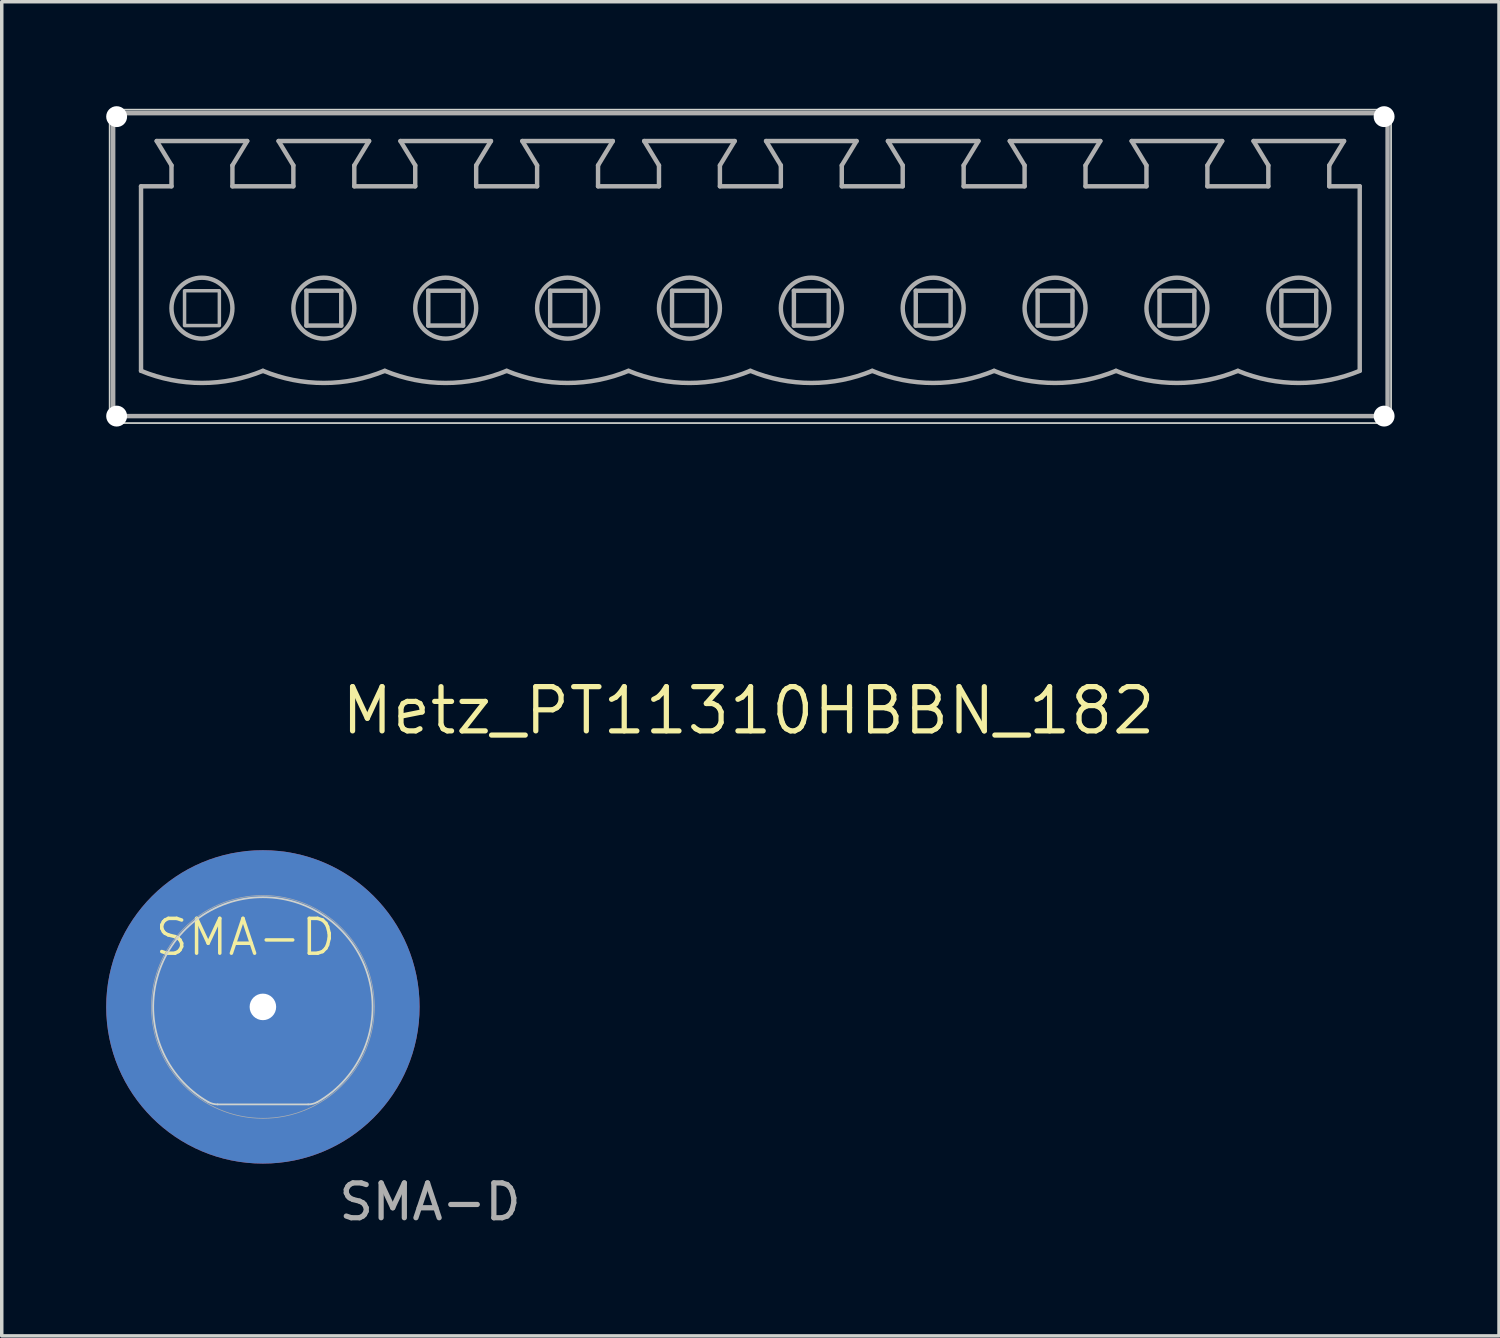
<source format=kicad_pcb>
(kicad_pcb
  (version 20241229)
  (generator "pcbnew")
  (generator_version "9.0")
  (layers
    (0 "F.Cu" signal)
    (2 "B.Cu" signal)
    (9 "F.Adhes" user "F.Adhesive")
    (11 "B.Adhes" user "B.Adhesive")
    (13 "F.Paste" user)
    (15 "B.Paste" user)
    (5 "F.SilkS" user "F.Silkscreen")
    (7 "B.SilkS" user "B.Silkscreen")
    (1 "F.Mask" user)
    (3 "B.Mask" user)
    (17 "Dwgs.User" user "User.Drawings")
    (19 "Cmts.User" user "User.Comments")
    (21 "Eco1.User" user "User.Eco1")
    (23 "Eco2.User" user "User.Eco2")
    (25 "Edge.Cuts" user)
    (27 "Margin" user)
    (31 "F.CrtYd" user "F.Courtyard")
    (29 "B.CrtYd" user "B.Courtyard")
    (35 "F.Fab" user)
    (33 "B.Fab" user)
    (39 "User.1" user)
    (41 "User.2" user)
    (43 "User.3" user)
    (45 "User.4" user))
  (footprint "Metz_PT11310HBBN_182"
    (layer "F.Cu")
    (at 18.5 16)
    (property "Reference" "Metz_PT11310HBBN_182" (at -0.055 1.36 0) (layer "F.SilkS") (effects (font (size 1.27 1.27) (thickness 0.15))))
    (attr through_hole)
    (fp_line (start -18.4 -15.7) (end -18.4 -7.2) (stroke (width 0.05) (type solid)) (layer "Edge.Cuts"))
    (fp_line (start -18.2 -6.9) (end 18.2 -6.9) (stroke (width 0.05) (type solid)) (layer "Edge.Cuts"))
    (fp_line (start 18.2 -15.9) (end -18.2 -15.9) (stroke (width 0.05) (type solid)) (layer "Edge.Cuts"))
    (fp_line (start 18.4 -7.2) (end 18.4 -15.7) (stroke (width 0.05) (type solid)) (layer "Edge.Cuts"))
    (fp_arc (start -18.4 -15.7) (mid -18.341421 -15.841421) (end -18.2 -15.9) (stroke (width 0.05) (type solid)) (layer "Edge.Cuts"))
    (fp_arc (start -18.2 -6.9) (mid -18.362132 -7.008579) (end -18.4 -7.2) (stroke (width 0.05) (type solid)) (layer "Edge.Cuts"))
    (fp_arc (start 18.2 -15.9) (mid 18.341421 -15.841421) (end 18.4 -15.7) (stroke (width 0.05) (type solid)) (layer "Edge.Cuts"))
    (fp_arc (start 18.399999 -7.199999) (mid 18.341906 -7.022062) (end 18.2 -6.9) (stroke (width 0.05) (type solid)) (layer "Edge.Cuts"))
    (fp_line (start -18.3 -15.8) (end -18.3 -7.1) (stroke (width 0.127) (type solid)) (layer "F.Fab"))
    (fp_line (start -18.3 -15.8) (end 18.3 -15.8) (stroke (width 0.127) (type solid)) (layer "F.Fab"))
    (fp_line (start -18.3 -7.1) (end 18.3 -7.1) (stroke (width 0.127) (type solid)) (layer "F.Fab"))
    (fp_line (start -17.5 -13.7) (end -17.5 -8.4) (stroke (width 0.127) (type solid)) (layer "F.Fab"))
    (fp_line (start -17.5 -13.7) (end -16.625 -13.7) (stroke (width 0.127) (type solid)) (layer "F.Fab"))
    (fp_line (start -17.05 -15) (end -14.45 -15) (stroke (width 0.127) (type solid)) (layer "F.Fab"))
    (fp_line (start -16.625 -14.3) (end -17.05 -15) (stroke (width 0.127) (type solid)) (layer "F.Fab"))
    (fp_line (start -16.625 -13.7) (end -16.625 -14.3) (stroke (width 0.127) (type solid)) (layer "F.Fab"))
    (fp_line (start -14.875 -14.3) (end -14.45 -15) (stroke (width 0.127) (type solid)) (layer "F.Fab"))
    (fp_line (start -14.875 -13.7) (end -14.875 -14.3) (stroke (width 0.127) (type solid)) (layer "F.Fab"))
    (fp_line (start -14.875 -13.7) (end -13.125 -13.7) (stroke (width 0.127) (type solid)) (layer "F.Fab"))
    (fp_line (start -13.55 -15) (end -10.95 -15) (stroke (width 0.127) (type solid)) (layer "F.Fab"))
    (fp_line (start -13.125 -14.3) (end -13.55 -15) (stroke (width 0.127) (type solid)) (layer "F.Fab"))
    (fp_line (start -13.125 -13.7) (end -13.125 -14.3) (stroke (width 0.127) (type solid)) (layer "F.Fab"))
    (fp_line (start -12.75 -10.7) (end -11.75 -10.7) (stroke (width 0.127) (type solid)) (layer "F.Fab"))
    (fp_line (start -12.75 -9.7) (end -12.75 -10.7) (stroke (width 0.127) (type solid)) (layer "F.Fab"))
    (fp_line (start -11.75 -10.7) (end -11.75 -9.7) (stroke (width 0.127) (type solid)) (layer "F.Fab"))
    (fp_line (start -11.75 -9.7) (end -12.75 -9.7) (stroke (width 0.127) (type solid)) (layer "F.Fab"))
    (fp_line (start -11.375 -14.3) (end -10.95 -15) (stroke (width 0.127) (type solid)) (layer "F.Fab"))
    (fp_line (start -11.375 -13.7) (end -11.375 -14.3) (stroke (width 0.127) (type solid)) (layer "F.Fab"))
    (fp_line (start -11.375 -13.7) (end -9.625 -13.7) (stroke (width 0.127) (type solid)) (layer "F.Fab"))
    (fp_line (start -10.05 -15) (end -7.45 -15) (stroke (width 0.127) (type solid)) (layer "F.Fab"))
    (fp_line (start -9.625 -14.3) (end -10.05 -15) (stroke (width 0.127) (type solid)) (layer "F.Fab"))
    (fp_line (start -9.625 -13.7) (end -9.625 -14.3) (stroke (width 0.127) (type solid)) (layer "F.Fab"))
    (fp_line (start -9.25 -10.7) (end -8.25 -10.7) (stroke (width 0.127) (type solid)) (layer "F.Fab"))
    (fp_line (start -9.25 -9.7) (end -9.25 -10.7) (stroke (width 0.127) (type solid)) (layer "F.Fab"))
    (fp_line (start -8.25 -10.7) (end -8.25 -9.7) (stroke (width 0.127) (type solid)) (layer "F.Fab"))
    (fp_line (start -8.25 -9.7) (end -9.25 -9.7) (stroke (width 0.127) (type solid)) (layer "F.Fab"))
    (fp_line (start -7.875 -14.3) (end -7.45 -15) (stroke (width 0.127) (type solid)) (layer "F.Fab"))
    (fp_line (start -7.875 -13.7) (end -7.875 -14.3) (stroke (width 0.127) (type solid)) (layer "F.Fab"))
    (fp_line (start -7.875 -13.7) (end -6.125 -13.7) (stroke (width 0.127) (type solid)) (layer "F.Fab"))
    (fp_line (start -6.55 -15) (end -3.95 -15) (stroke (width 0.127) (type solid)) (layer "F.Fab"))
    (fp_line (start -6.125 -14.3) (end -6.55 -15) (stroke (width 0.127) (type solid)) (layer "F.Fab"))
    (fp_line (start -6.125 -13.7) (end -6.125 -14.3) (stroke (width 0.127) (type solid)) (layer "F.Fab"))
    (fp_line (start -5.75 -10.7) (end -4.75 -10.7) (stroke (width 0.127) (type solid)) (layer "F.Fab"))
    (fp_line (start -5.75 -9.7) (end -5.75 -10.7) (stroke (width 0.127) (type solid)) (layer "F.Fab"))
    (fp_line (start -4.75 -10.7) (end -4.75 -9.7) (stroke (width 0.127) (type solid)) (layer "F.Fab"))
    (fp_line (start -4.75 -9.7) (end -5.75 -9.7) (stroke (width 0.127) (type solid)) (layer "F.Fab"))
    (fp_line (start -4.375 -14.3) (end -3.95 -15) (stroke (width 0.127) (type solid)) (layer "F.Fab"))
    (fp_line (start -4.375 -13.7) (end -4.375 -14.3) (stroke (width 0.127) (type solid)) (layer "F.Fab"))
    (fp_line (start -4.375 -13.7) (end -2.625 -13.7) (stroke (width 0.127) (type solid)) (layer "F.Fab"))
    (fp_line (start -3.05 -15) (end -0.45 -15) (stroke (width 0.127) (type solid)) (layer "F.Fab"))
    (fp_line (start -2.625 -14.3) (end -3.05 -15) (stroke (width 0.127) (type solid)) (layer "F.Fab"))
    (fp_line (start -2.625 -13.7) (end -2.625 -14.3) (stroke (width 0.127) (type solid)) (layer "F.Fab"))
    (fp_line (start -2.25 -10.7) (end -1.25 -10.7) (stroke (width 0.127) (type solid)) (layer "F.Fab"))
    (fp_line (start -2.25 -9.7) (end -2.25 -10.7) (stroke (width 0.127) (type solid)) (layer "F.Fab"))
    (fp_line (start -1.25 -10.7) (end -1.25 -9.7) (stroke (width 0.127) (type solid)) (layer "F.Fab"))
    (fp_line (start -1.25 -9.7) (end -2.25 -9.7) (stroke (width 0.127) (type solid)) (layer "F.Fab"))
    (fp_line (start -0.875 -14.3) (end -0.45 -15) (stroke (width 0.127) (type solid)) (layer "F.Fab"))
    (fp_line (start -0.875 -13.7) (end -0.875 -14.3) (stroke (width 0.127) (type solid)) (layer "F.Fab"))
    (fp_line (start 0.45 -15) (end 3.05 -15) (stroke (width 0.127) (type solid)) (layer "F.Fab"))
    (fp_line (start 0.875 -14.3) (end 0.45 -15) (stroke (width 0.127) (type solid)) (layer "F.Fab"))
    (fp_line (start 0.875 -13.7) (end -0.875 -13.7) (stroke (width 0.127) (type solid)) (layer "F.Fab"))
    (fp_line (start 0.875 -13.7) (end 0.875 -14.3) (stroke (width 0.127) (type solid)) (layer "F.Fab"))
    (fp_line (start 1.25 -10.7) (end 2.25 -10.7) (stroke (width 0.127) (type solid)) (layer "F.Fab"))
    (fp_line (start 1.25 -9.7) (end 1.25 -10.7) (stroke (width 0.127) (type solid)) (layer "F.Fab"))
    (fp_line (start 2.25 -10.7) (end 2.25 -9.7) (stroke (width 0.127) (type solid)) (layer "F.Fab"))
    (fp_line (start 2.25 -9.7) (end 1.25 -9.7) (stroke (width 0.127) (type solid)) (layer "F.Fab"))
    (fp_line (start 2.625 -14.3) (end 3.05 -15) (stroke (width 0.127) (type solid)) (layer "F.Fab"))
    (fp_line (start 2.625 -13.7) (end 2.625 -14.3) (stroke (width 0.127) (type solid)) (layer "F.Fab"))
    (fp_line (start 2.625 -13.7) (end 4.375 -13.7) (stroke (width 0.127) (type solid)) (layer "F.Fab"))
    (fp_line (start 3.95 -15) (end 6.55 -15) (stroke (width 0.127) (type solid)) (layer "F.Fab"))
    (fp_line (start 4.375 -14.3) (end 3.95 -15) (stroke (width 0.127) (type solid)) (layer "F.Fab"))
    (fp_line (start 4.375 -13.7) (end 4.375 -14.3) (stroke (width 0.127) (type solid)) (layer "F.Fab"))
    (fp_line (start 4.75 -10.7) (end 5.75 -10.7) (stroke (width 0.127) (type solid)) (layer "F.Fab"))
    (fp_line (start 4.75 -9.7) (end 4.75 -10.7) (stroke (width 0.127) (type solid)) (layer "F.Fab"))
    (fp_line (start 5.75 -10.7) (end 5.75 -9.7) (stroke (width 0.127) (type solid)) (layer "F.Fab"))
    (fp_line (start 5.75 -9.7) (end 4.75 -9.7) (stroke (width 0.127) (type solid)) (layer "F.Fab"))
    (fp_line (start 6.125 -14.3) (end 6.55 -15) (stroke (width 0.127) (type solid)) (layer "F.Fab"))
    (fp_line (start 6.125 -13.7) (end 6.125 -14.3) (stroke (width 0.127) (type solid)) (layer "F.Fab"))
    (fp_line (start 6.125 -13.7) (end 7.875 -13.7) (stroke (width 0.127) (type solid)) (layer "F.Fab"))
    (fp_line (start 7.45 -15) (end 10.05 -15) (stroke (width 0.127) (type solid)) (layer "F.Fab"))
    (fp_line (start 7.875 -14.3) (end 7.45 -15) (stroke (width 0.127) (type solid)) (layer "F.Fab"))
    (fp_line (start 7.875 -13.7) (end 7.875 -14.3) (stroke (width 0.127) (type solid)) (layer "F.Fab"))
    (fp_line (start 8.25 -10.7) (end 9.25 -10.7) (stroke (width 0.127) (type solid)) (layer "F.Fab"))
    (fp_line (start 8.25 -9.7) (end 8.25 -10.7) (stroke (width 0.127) (type solid)) (layer "F.Fab"))
    (fp_line (start 9.25 -10.7) (end 9.25 -9.7) (stroke (width 0.127) (type solid)) (layer "F.Fab"))
    (fp_line (start 9.25 -9.7) (end 8.25 -9.7) (stroke (width 0.127) (type solid)) (layer "F.Fab"))
    (fp_line (start 9.625 -14.3) (end 10.05 -15) (stroke (width 0.127) (type solid)) (layer "F.Fab"))
    (fp_line (start 9.625 -13.7) (end 9.625 -14.3) (stroke (width 0.127) (type solid)) (layer "F.Fab"))
    (fp_line (start 9.625 -13.7) (end 11.375 -13.7) (stroke (width 0.127) (type solid)) (layer "F.Fab"))
    (fp_line (start 10.95 -15) (end 13.55 -15) (stroke (width 0.127) (type solid)) (layer "F.Fab"))
    (fp_line (start 11.375 -14.3) (end 10.95 -15) (stroke (width 0.127) (type solid)) (layer "F.Fab"))
    (fp_line (start 11.375 -13.7) (end 11.375 -14.3) (stroke (width 0.127) (type solid)) (layer "F.Fab"))
    (fp_line (start 11.75 -10.7) (end 12.75 -10.7) (stroke (width 0.127) (type solid)) (layer "F.Fab"))
    (fp_line (start 11.75 -9.7) (end 11.75 -10.7) (stroke (width 0.127) (type solid)) (layer "F.Fab"))
    (fp_line (start 12.75 -10.7) (end 12.75 -9.7) (stroke (width 0.127) (type solid)) (layer "F.Fab"))
    (fp_line (start 12.75 -9.7) (end 11.75 -9.7) (stroke (width 0.127) (type solid)) (layer "F.Fab"))
    (fp_line (start 13.125 -14.3) (end 13.55 -15) (stroke (width 0.127) (type solid)) (layer "F.Fab"))
    (fp_line (start 13.125 -13.7) (end 13.125 -14.3) (stroke (width 0.127) (type solid)) (layer "F.Fab"))
    (fp_line (start 13.125 -13.7) (end 14.875 -13.7) (stroke (width 0.127) (type solid)) (layer "F.Fab"))
    (fp_line (start 14.45 -15) (end 17.05 -15) (stroke (width 0.127) (type solid)) (layer "F.Fab"))
    (fp_line (start 14.875 -14.3) (end 14.45 -15) (stroke (width 0.127) (type solid)) (layer "F.Fab"))
    (fp_line (start 14.875 -13.7) (end 14.875 -14.3) (stroke (width 0.127) (type solid)) (layer "F.Fab"))
    (fp_line (start 15.25 -10.7) (end 16.25 -10.7) (stroke (width 0.127) (type solid)) (layer "F.Fab"))
    (fp_line (start 15.25 -9.7) (end 15.25 -10.7) (stroke (width 0.127) (type solid)) (layer "F.Fab"))
    (fp_line (start 16.25 -10.7) (end 16.25 -9.7) (stroke (width 0.127) (type solid)) (layer "F.Fab"))
    (fp_line (start 16.25 -9.7) (end 15.25 -9.7) (stroke (width 0.127) (type solid)) (layer "F.Fab"))
    (fp_line (start 16.625 -14.3) (end 17.05 -15) (stroke (width 0.127) (type solid)) (layer "F.Fab"))
    (fp_line (start 16.625 -13.7) (end 16.625 -14.3) (stroke (width 0.127) (type solid)) (layer "F.Fab"))
    (fp_line (start 17.5 -13.7) (end 16.625 -13.7) (stroke (width 0.127) (type solid)) (layer "F.Fab"))
    (fp_line (start 17.5 -13.7) (end 17.5 -8.4) (stroke (width 0.127) (type solid)) (layer "F.Fab"))
    (fp_line (start 18.3 -15.8) (end 18.3 -7.1) (stroke (width 0.127) (type solid)) (layer "F.Fab"))
    (fp_arc (start -14.000001 -8.4) (mid -15.75 -8.051904) (end -17.5 -8.4) (stroke (width 0.127) (type solid)) (layer "F.Fab"))
    (fp_arc (start -10.500001 -8.4) (mid -12.25 -8.051904) (end -14 -8.4) (stroke (width 0.127) (type solid)) (layer "F.Fab"))
    (fp_arc (start -7.000001 -8.4) (mid -8.75 -8.051904) (end -10.5 -8.4) (stroke (width 0.127) (type solid)) (layer "F.Fab"))
    (fp_arc (start -3.500001 -8.4) (mid -5.25 -8.051904) (end -7 -8.4) (stroke (width 0.127) (type solid)) (layer "F.Fab"))
    (fp_arc (start -0.000001 -8.4) (mid -1.75 -8.051904) (end -3.5 -8.4) (stroke (width 0.127) (type solid)) (layer "F.Fab"))
    (fp_arc (start 3.499999 -8.4) (mid 1.75 -8.051904) (end 0 -8.4) (stroke (width 0.127) (type solid)) (layer "F.Fab"))
    (fp_arc (start 6.999999 -8.4) (mid 5.25 -8.051904) (end 3.5 -8.4) (stroke (width 0.127) (type solid)) (layer "F.Fab"))
    (fp_arc (start 10.499999 -8.4) (mid 8.75 -8.051904) (end 7 -8.4) (stroke (width 0.127) (type solid)) (layer "F.Fab"))
    (fp_arc (start 13.999999 -8.4) (mid 12.25 -8.051904) (end 10.5 -8.4) (stroke (width 0.127) (type solid)) (layer "F.Fab"))
    (fp_arc (start 17.499999 -8.4) (mid 15.75 -8.051904) (end 14 -8.4) (stroke (width 0.127) (type solid)) (layer "F.Fab"))
    (fp_circle (center -15.75 -10.2) (end -14.875 -10.2) (stroke (width 0.127) (type solid)) (fill no) (layer "F.Fab"))
    (fp_circle (center -12.25 -10.2) (end -11.375 -10.2) (stroke (width 0.127) (type solid)) (fill no) (layer "F.Fab"))
    (fp_circle (center -8.75 -10.2) (end -7.875 -10.2) (stroke (width 0.127) (type solid)) (fill no) (layer "F.Fab"))
    (fp_circle (center -5.25 -10.2) (end -4.375 -10.2) (stroke (width 0.127) (type solid)) (fill no) (layer "F.Fab"))
    (fp_circle (center -1.75 -10.2) (end -0.875 -10.2) (stroke (width 0.127) (type solid)) (fill no) (layer "F.Fab"))
    (fp_circle (center 1.75 -10.2) (end 2.625 -10.2) (stroke (width 0.127) (type solid)) (fill no) (layer "F.Fab"))
    (fp_circle (center 5.25 -10.2) (end 6.125 -10.2) (stroke (width 0.127) (type solid)) (fill no) (layer "F.Fab"))
    (fp_circle (center 8.75 -10.2) (end 9.625 -10.2) (stroke (width 0.127) (type solid)) (fill no) (layer "F.Fab"))
    (fp_circle (center 12.25 -10.2) (end 13.125 -10.2) (stroke (width 0.127) (type solid)) (fill no) (layer "F.Fab"))
    (fp_circle (center 15.75 -10.2) (end 16.625 -10.2) (stroke (width 0.127) (type solid)) (fill no) (layer "F.Fab"))
    (fp_poly (pts (xy -16.25 -10.7) (xy -15.25 -10.7) (xy -15.25 -9.7) (xy -16.25 -9.7)) (stroke (width 0.1) (type solid)) (fill no) (layer "F.Fab"))
    (pad "" np_thru_hole circle (at -18.2 -15.7) (size 0.6 0.6) (drill 0.6) (layers "*.Cu" "*.Mask"))
    (pad "" np_thru_hole circle (at -18.2 -7.1) (size 0.6 0.6) (drill 0.6) (layers "*.Cu" "*.Mask"))
    (pad "" np_thru_hole circle (at 18.2 -15.7) (size 0.6 0.6) (drill 0.6) (layers "*.Cu" "*.Mask"))
    (pad "" np_thru_hole circle (at 18.2 -7.1) (size 0.6 0.6) (drill 0.6) (layers "*.Cu" "*.Mask")))
  (footprint "SMA-D"
    (layer "F.Cu")
    (at 4.5 25.867)
    (property "Reference" "SMA-D" (at -0.5 -2 0) (unlocked yes) (layer "F.SilkS") (effects (font (size 1 1) (thickness 0.1))))
    (attr through_hole)
    (fp_line (start 1.3 2.8) (end -1.3 2.8) (stroke (width 0.05) (type default)) (layer "Edge.Cuts"))
    (fp_arc (start -1.564593 2.733962) (mid 0 -3.15) (end 1.564593 2.733962) (stroke (width 0.05) (type default)) (layer "Edge.Cuts"))
    (fp_arc (start -1.3 2.8) (mid -1.436344 2.783256) (end -1.564489 2.733768) (stroke (width 0.05) (type default)) (layer "Edge.Cuts"))
    (fp_arc (start 1.563941 2.733768) (mid 1.436062 2.783189) (end 1.3 2.8) (stroke (width 0.05) (type default)) (layer "Edge.Cuts"))
    (fp_circle (center 0 0) (end 3.2 0) (stroke (width 0.02) (type default)) (fill no) (layer "F.Fab"))
    (fp_text user "${REFERENCE}" (at 4.8 5.6 0) (unlocked yes) (layer "F.Fab") (effects (font (size 1 1) (thickness 0.15))))
    (pad "1" thru_hole circle (at 0 0) (size 9 9) (drill 0.762) (layers "*.Cu" "*.Mask")))
  (gr_rect
    (start -3 -3)
    (end 40 35.315)
    (stroke (width 0.1) (type default))
    (fill no)
    (layer "Edge.Cuts")))
</source>
